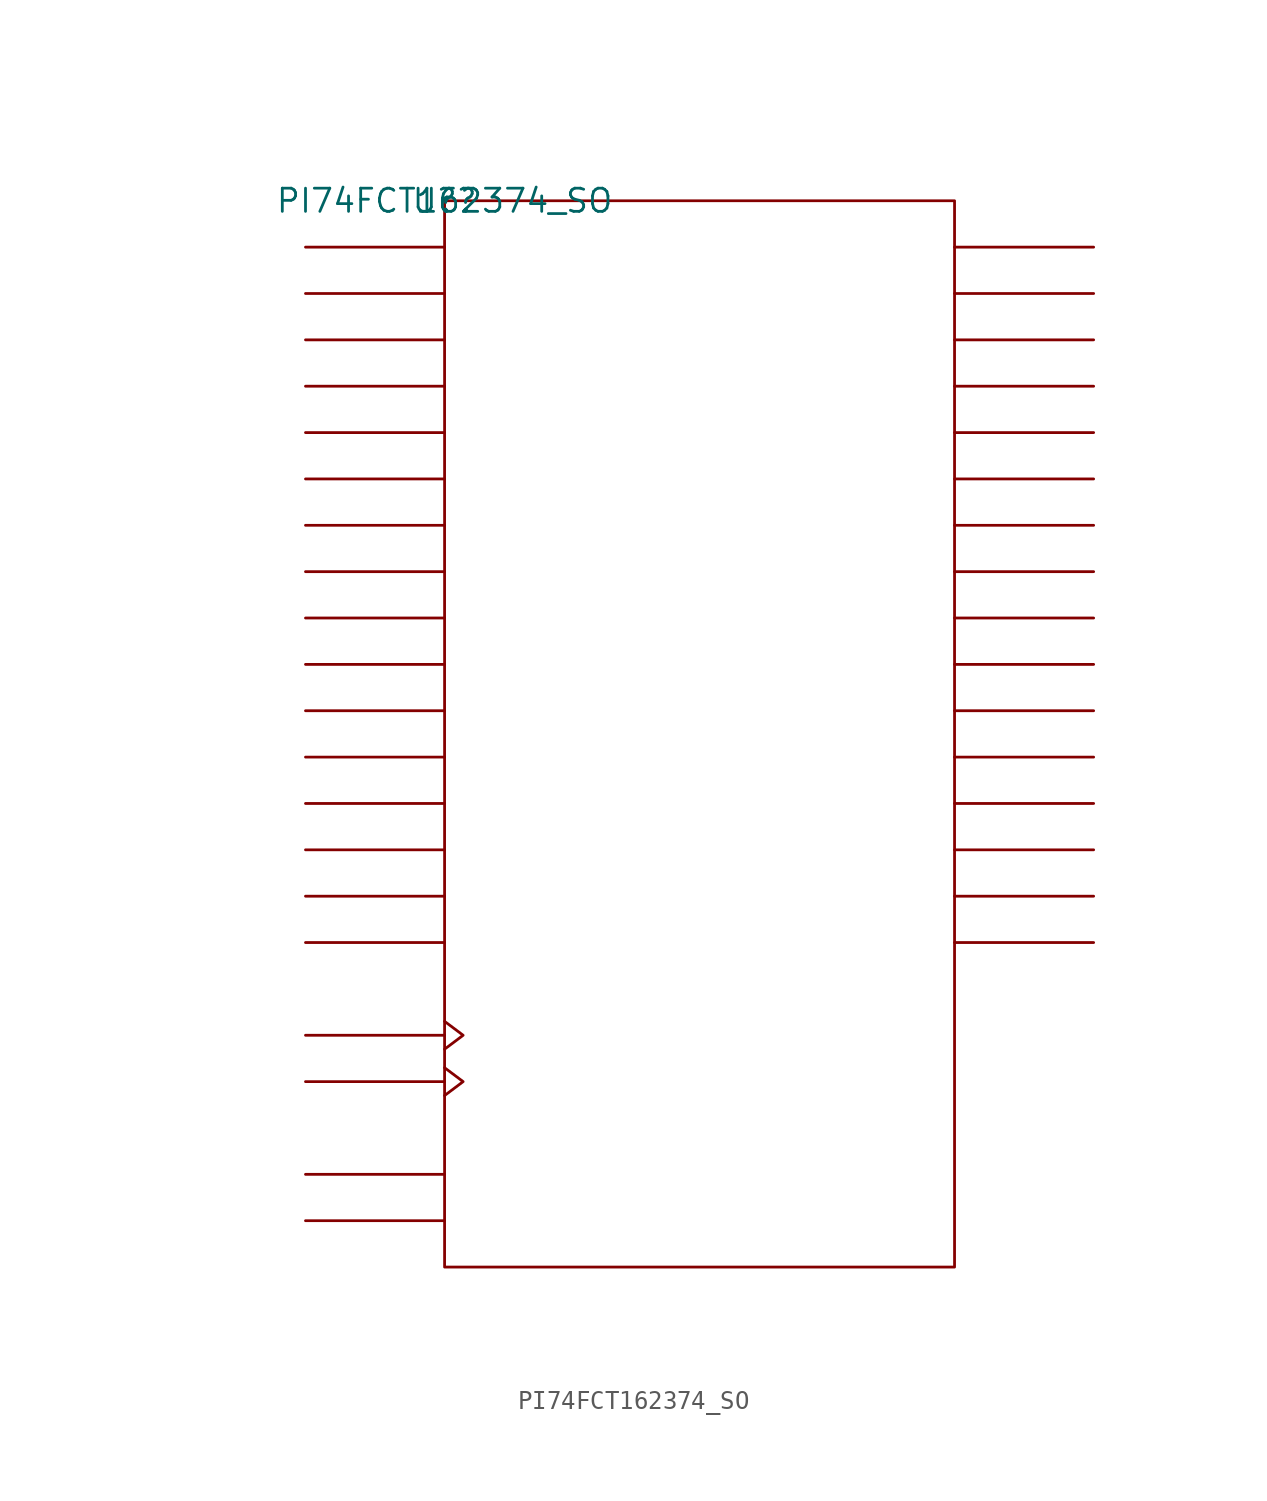
<source format=kicad_sym>
(kicad_symbol_lib
  (version 20211014)
  (generator kicad_symbol_editor)
  (symbol "PI74FCT162374_SO"
    (pin_names
      (offset 0.762))
    (property "Reference" "U?"
      (at 0 0 0)
      (effects (font (size 1.27 1.27))))
    (property "Value" "PI74FCT162374_SO"
      (at 0 0 0)
      (effects (font (size 1.27 1.27))))
    (symbol "PI74FCT162374_SO_0_1"
      (rectangle (start 0 -58.42) (end 27.94 0) (stroke (width 0) (type default) (color 0 0 0 0)) (fill (type none)))
      (polyline (pts (xy 0 -55.88) (xy -7.62 -55.88)) (stroke (width 0) (type default) (color 0 0 0 0)) (fill (type none)))
      (polyline (pts (xy 0 -53.34) (xy -7.62 -53.34)) (stroke (width 0) (type default) (color 0 0 0 0)) (fill (type none)))
      (polyline (pts (xy 0 -48.26) (xy -7.62 -48.26)) (stroke (width 0) (type default) (color 0 0 0 0)) (fill (type none)))
      (polyline (pts (xy 0 -45.72) (xy -7.62 -45.72)) (stroke (width 0) (type default) (color 0 0 0 0)) (fill (type none)))
      (polyline (pts (xy 0 -40.64) (xy -7.62 -40.64)) (stroke (width 0) (type default) (color 0 0 0 0)) (fill (type none)))
      (polyline (pts (xy 0 -38.1) (xy -7.62 -38.1)) (stroke (width 0) (type default) (color 0 0 0 0)) (fill (type none)))
      (polyline (pts (xy 0 -35.56) (xy -7.62 -35.56)) (stroke (width 0) (type default) (color 0 0 0 0)) (fill (type none)))
      (polyline (pts (xy 0 -33.02) (xy -7.62 -33.02)) (stroke (width 0) (type default) (color 0 0 0 0)) (fill (type none)))
      (polyline (pts (xy 0 -30.48) (xy -7.62 -30.48)) (stroke (width 0) (type default) (color 0 0 0 0)) (fill (type none)))
      (polyline (pts (xy 0 -27.94) (xy -7.62 -27.94)) (stroke (width 0) (type default) (color 0 0 0 0)) (fill (type none)))
      (polyline (pts (xy 0 -25.4) (xy -7.62 -25.4)) (stroke (width 0) (type default) (color 0 0 0 0)) (fill (type none)))
      (polyline (pts (xy 0 -22.86) (xy -7.62 -22.86)) (stroke (width 0) (type default) (color 0 0 0 0)) (fill (type none)))
      (polyline (pts (xy 0 -20.32) (xy -7.62 -20.32)) (stroke (width 0) (type default) (color 0 0 0 0)) (fill (type none)))
      (polyline (pts (xy 0 -17.78) (xy -7.62 -17.78)) (stroke (width 0) (type default) (color 0 0 0 0)) (fill (type none)))
      (polyline (pts (xy 0 -15.24) (xy -7.62 -15.24)) (stroke (width 0) (type default) (color 0 0 0 0)) (fill (type none)))
      (polyline (pts (xy 0 -12.7) (xy -7.62 -12.7)) (stroke (width 0) (type default) (color 0 0 0 0)) (fill (type none)))
      (polyline (pts (xy 0 -10.16) (xy -7.62 -10.16)) (stroke (width 0) (type default) (color 0 0 0 0)) (fill (type none)))
      (polyline (pts (xy 0 -7.62) (xy -7.62 -7.62)) (stroke (width 0) (type default) (color 0 0 0 0)) (fill (type none)))
      (polyline (pts (xy 0 -5.08) (xy -7.62 -5.08)) (stroke (width 0) (type default) (color 0 0 0 0)) (fill (type none)))
      (polyline (pts (xy 0 -2.54) (xy -7.62 -2.54)) (stroke (width 0) (type default) (color 0 0 0 0)) (fill (type none)))
      (polyline (pts (xy 27.94 -40.64) (xy 35.56 -40.64)) (stroke (width 0) (type default) (color 0 0 0 0)) (fill (type none)))
      (polyline (pts (xy 27.94 -38.1) (xy 35.56 -38.1)) (stroke (width 0) (type default) (color 0 0 0 0)) (fill (type none)))
      (polyline (pts (xy 27.94 -35.56) (xy 35.56 -35.56)) (stroke (width 0) (type default) (color 0 0 0 0)) (fill (type none)))
      (polyline (pts (xy 27.94 -33.02) (xy 35.56 -33.02)) (stroke (width 0) (type default) (color 0 0 0 0)) (fill (type none)))
      (polyline (pts (xy 27.94 -30.48) (xy 35.56 -30.48)) (stroke (width 0) (type default) (color 0 0 0 0)) (fill (type none)))
      (polyline (pts (xy 27.94 -27.94) (xy 35.56 -27.94)) (stroke (width 0) (type default) (color 0 0 0 0)) (fill (type none)))
      (polyline (pts (xy 27.94 -25.4) (xy 35.56 -25.4)) (stroke (width 0) (type default) (color 0 0 0 0)) (fill (type none)))
      (polyline (pts (xy 27.94 -22.86) (xy 35.56 -22.86)) (stroke (width 0) (type default) (color 0 0 0 0)) (fill (type none)))
      (polyline (pts (xy 27.94 -20.32) (xy 35.56 -20.32)) (stroke (width 0) (type default) (color 0 0 0 0)) (fill (type none)))
      (polyline (pts (xy 27.94 -17.78) (xy 35.56 -17.78)) (stroke (width 0) (type default) (color 0 0 0 0)) (fill (type none)))
      (polyline (pts (xy 27.94 -15.24) (xy 35.56 -15.24)) (stroke (width 0) (type default) (color 0 0 0 0)) (fill (type none)))
      (polyline (pts (xy 27.94 -12.7) (xy 35.56 -12.7)) (stroke (width 0) (type default) (color 0 0 0 0)) (fill (type none)))
      (polyline (pts (xy 27.94 -10.16) (xy 35.56 -10.16)) (stroke (width 0) (type default) (color 0 0 0 0)) (fill (type none)))
      (polyline (pts (xy 27.94 -7.62) (xy 35.56 -7.62)) (stroke (width 0) (type default) (color 0 0 0 0)) (fill (type none)))
      (polyline (pts (xy 27.94 -5.08) (xy 35.56 -5.08)) (stroke (width 0) (type default) (color 0 0 0 0)) (fill (type none)))
      (polyline (pts (xy 27.94 -2.54) (xy 35.56 -2.54)) (stroke (width 0) (type default) (color 0 0 0 0)) (fill (type none)))
      (polyline (pts (xy 0 -47.498) (xy 1.016 -48.26) (xy 0 -49.022)) (stroke (width 0) (type default) (color 0 0 0 0)) (fill (type none)))
      (polyline (pts (xy 0 -44.958) (xy 1.016 -45.72) (xy 0 -46.482)) (stroke (width 0) (type default) (color 0 0 0 0)) (fill (type none))))
    (symbol "PI74FCT162374_SO_1_1"
      (pin unspecified line (at -7.62 -53.34 0) (length 7.62) hide (name "1O\\E\\" (effects (font (size 1.245 1.245)))) (number "1" (effects (font (size 1.245 1.245)))))
      (pin power_in line (at 10.16 -58.42 180) (length 7.62) hide (name "GND" (effects (font (size 1.245 1.245)))) (number "10" (effects (font (size 1.245 1.245)))))
      (pin unspecified line (at 35.56 -17.78 180) (length 7.62) hide (name "&1O6" (effects (font (size 1.245 1.245)))) (number "11" (effects (font (size 1.245 1.245)))))
      (pin unspecified line (at 35.56 -20.32 180) (length 7.62) hide (name "&1O7" (effects (font (size 1.245 1.245)))) (number "12" (effects (font (size 1.245 1.245)))))
      (pin unspecified line (at 35.56 -22.86 180) (length 7.62) hide (name "&2O0" (effects (font (size 1.245 1.245)))) (number "13" (effects (font (size 1.245 1.245)))))
      (pin unspecified line (at 35.56 -25.4 180) (length 7.62) hide (name "&2O1" (effects (font (size 1.245 1.245)))) (number "14" (effects (font (size 1.245 1.245)))))
      (pin power_in line (at 12.7 -58.42 180) (length 7.62) hide (name "GND" (effects (font (size 1.245 1.245)))) (number "15" (effects (font (size 1.245 1.245)))))
      (pin unspecified line (at 35.56 -27.94 180) (length 7.62) hide (name "&2O2" (effects (font (size 1.245 1.245)))) (number "16" (effects (font (size 1.245 1.245)))))
      (pin unspecified line (at 35.56 -30.48 180) (length 7.62) hide (name "&2O3" (effects (font (size 1.245 1.245)))) (number "17" (effects (font (size 1.245 1.245)))))
      (pin power_in line (at 12.7 0 180) (length 7.62) hide (name "VCC" (effects (font (size 1.245 1.245)))) (number "18" (effects (font (size 1.245 1.245)))))
      (pin unspecified line (at 35.56 -33.02 180) (length 7.62) hide (name "&2O4" (effects (font (size 1.245 1.245)))) (number "19" (effects (font (size 1.245 1.245)))))
      (pin unspecified line (at 35.56 -2.54 180) (length 7.62) hide (name "&1O0" (effects (font (size 1.245 1.245)))) (number "2" (effects (font (size 1.245 1.245)))))
      (pin unspecified line (at 35.56 -35.56 180) (length 7.62) hide (name "&2O5" (effects (font (size 1.245 1.245)))) (number "20" (effects (font (size 1.245 1.245)))))
      (pin power_in line (at 15.24 -58.42 180) (length 7.62) hide (name "GND" (effects (font (size 1.245 1.245)))) (number "21" (effects (font (size 1.245 1.245)))))
      (pin unspecified line (at 35.56 -38.1 180) (length 7.62) hide (name "&2O6" (effects (font (size 1.245 1.245)))) (number "22" (effects (font (size 1.245 1.245)))))
      (pin unspecified line (at 35.56 -40.64 180) (length 7.62) hide (name "&2O7" (effects (font (size 1.245 1.245)))) (number "23" (effects (font (size 1.245 1.245)))))
      (pin unspecified line (at -7.62 -55.88 0) (length 7.62) hide (name "2O\\E\\" (effects (font (size 1.245 1.245)))) (number "24" (effects (font (size 1.245 1.245)))))
      (pin unspecified line (at -7.62 -48.26 180) (length 7.62) hide (name "&2CLK" (effects (font (size 1.245 1.245)))) (number "25" (effects (font (size 1.245 1.245)))))
      (pin unspecified line (at -7.62 -40.64 0) (length 7.62) hide (name "&2D7" (effects (font (size 1.245 1.245)))) (number "26" (effects (font (size 1.245 1.245)))))
      (pin unspecified line (at -7.62 -38.1 0) (length 7.62) hide (name "&2D6" (effects (font (size 1.245 1.245)))) (number "27" (effects (font (size 1.245 1.245)))))
      (pin power_in line (at 17.78 -58.42 0) (length 7.62) hide (name "GND" (effects (font (size 1.245 1.245)))) (number "28" (effects (font (size 1.245 1.245)))))
      (pin unspecified line (at -7.62 -35.56 0) (length 7.62) hide (name "&2D5" (effects (font (size 1.245 1.245)))) (number "29" (effects (font (size 1.245 1.245)))))
      (pin unspecified line (at 35.56 -5.08 180) (length 7.62) hide (name "&1O1" (effects (font (size 1.245 1.245)))) (number "3" (effects (font (size 1.245 1.245)))))
      (pin unspecified line (at -7.62 -33.02 0) (length 7.62) hide (name "&2D4" (effects (font (size 1.245 1.245)))) (number "30" (effects (font (size 1.245 1.245)))))
      (pin power_in line (at 15.24 0 0) (length 7.62) hide (name "VCC" (effects (font (size 1.245 1.245)))) (number "31" (effects (font (size 1.245 1.245)))))
      (pin unspecified line (at -7.62 -30.48 0) (length 7.62) hide (name "&2D3" (effects (font (size 1.245 1.245)))) (number "32" (effects (font (size 1.245 1.245)))))
      (pin unspecified line (at -7.62 -27.94 0) (length 7.62) hide (name "&2D2" (effects (font (size 1.245 1.245)))) (number "33" (effects (font (size 1.245 1.245)))))
      (pin power_in line (at 20.32 -58.42 0) (length 7.62) hide (name "GND" (effects (font (size 1.245 1.245)))) (number "34" (effects (font (size 1.245 1.245)))))
      (pin unspecified line (at -7.62 -25.4 0) (length 7.62) hide (name "&2D1" (effects (font (size 1.245 1.245)))) (number "35" (effects (font (size 1.245 1.245)))))
      (pin unspecified line (at -7.62 -22.86 0) (length 7.62) hide (name "&2D0" (effects (font (size 1.245 1.245)))) (number "36" (effects (font (size 1.245 1.245)))))
      (pin unspecified line (at -7.62 -20.32 0) (length 7.62) hide (name "&1D7" (effects (font (size 1.245 1.245)))) (number "37" (effects (font (size 1.245 1.245)))))
      (pin unspecified line (at -7.62 -17.78 0) (length 7.62) hide (name "&1D6" (effects (font (size 1.245 1.245)))) (number "38" (effects (font (size 1.245 1.245)))))
      (pin power_in line (at 22.86 -58.42 0) (length 7.62) hide (name "GND" (effects (font (size 1.245 1.245)))) (number "39" (effects (font (size 1.245 1.245)))))
      (pin power_in line (at 7.62 -58.42 180) (length 7.62) hide (name "GND" (effects (font (size 1.245 1.245)))) (number "4" (effects (font (size 1.245 1.245)))))
      (pin unspecified line (at -7.62 -15.24 0) (length 7.62) hide (name "&1D5" (effects (font (size 1.245 1.245)))) (number "40" (effects (font (size 1.245 1.245)))))
      (pin unspecified line (at -7.62 -12.7 0) (length 7.62) hide (name "&1D4" (effects (font (size 1.245 1.245)))) (number "41" (effects (font (size 1.245 1.245)))))
      (pin power_in line (at 17.78 0 0) (length 7.62) hide (name "VCC" (effects (font (size 1.245 1.245)))) (number "42" (effects (font (size 1.245 1.245)))))
      (pin unspecified line (at -7.62 -10.16 0) (length 7.62) hide (name "&1D3" (effects (font (size 1.245 1.245)))) (number "43" (effects (font (size 1.245 1.245)))))
      (pin unspecified line (at -7.62 -7.62 0) (length 7.62) hide (name "&1D2" (effects (font (size 1.245 1.245)))) (number "44" (effects (font (size 1.245 1.245)))))
      (pin power_in line (at 25.4 -58.42 0) (length 7.62) hide (name "GND" (effects (font (size 1.245 1.245)))) (number "45" (effects (font (size 1.245 1.245)))))
      (pin unspecified line (at -7.62 -5.08 0) (length 7.62) hide (name "&1D1" (effects (font (size 1.245 1.245)))) (number "46" (effects (font (size 1.245 1.245)))))
      (pin unspecified line (at -7.62 -2.54 0) (length 7.62) hide (name "&1D0" (effects (font (size 1.245 1.245)))) (number "47" (effects (font (size 1.245 1.245)))))
      (pin unspecified line (at -7.62 -45.72 180) (length 7.62) hide (name "&1CLK" (effects (font (size 1.245 1.245)))) (number "48" (effects (font (size 1.245 1.245)))))
      (pin unspecified line (at 35.56 -7.62 180) (length 7.62) hide (name "&1O2" (effects (font (size 1.245 1.245)))) (number "5" (effects (font (size 1.245 1.245)))))
      (pin unspecified line (at 35.56 -10.16 180) (length 7.62) hide (name "&1O3" (effects (font (size 1.245 1.245)))) (number "6" (effects (font (size 1.245 1.245)))))
      (pin power_in line (at 10.16 0 180) (length 7.62) hide (name "VCC" (effects (font (size 1.245 1.245)))) (number "7" (effects (font (size 1.245 1.245)))))
      (pin unspecified line (at 35.56 -12.7 180) (length 7.62) hide (name "&1O4" (effects (font (size 1.245 1.245)))) (number "8" (effects (font (size 1.245 1.245)))))
      (pin unspecified line (at 35.56 -15.24 180) (length 7.62) hide (name "&1O5" (effects (font (size 1.245 1.245)))) (number "9" (effects (font (size 1.245 1.245))))))))
</source>
